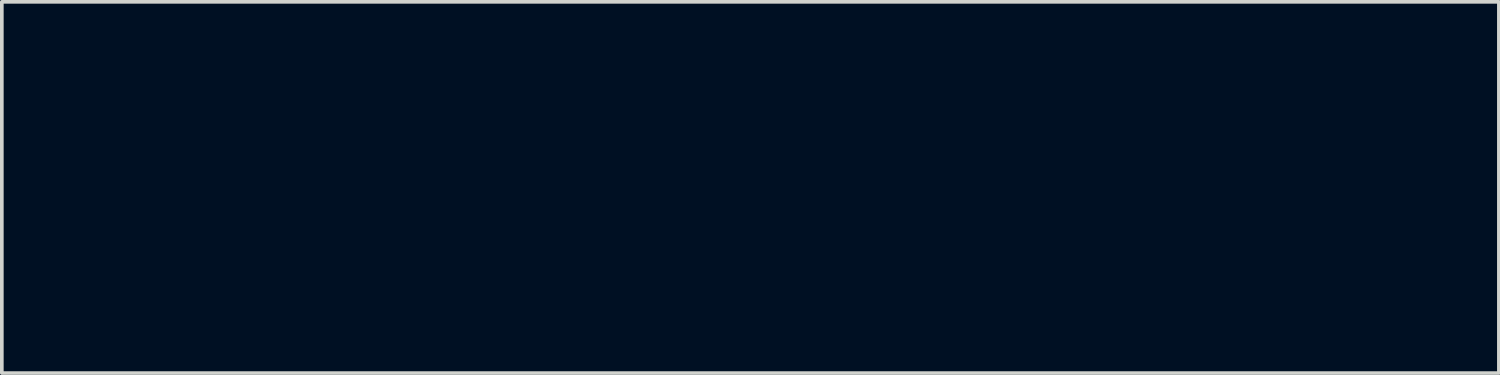
<source format=kicad_pcb>
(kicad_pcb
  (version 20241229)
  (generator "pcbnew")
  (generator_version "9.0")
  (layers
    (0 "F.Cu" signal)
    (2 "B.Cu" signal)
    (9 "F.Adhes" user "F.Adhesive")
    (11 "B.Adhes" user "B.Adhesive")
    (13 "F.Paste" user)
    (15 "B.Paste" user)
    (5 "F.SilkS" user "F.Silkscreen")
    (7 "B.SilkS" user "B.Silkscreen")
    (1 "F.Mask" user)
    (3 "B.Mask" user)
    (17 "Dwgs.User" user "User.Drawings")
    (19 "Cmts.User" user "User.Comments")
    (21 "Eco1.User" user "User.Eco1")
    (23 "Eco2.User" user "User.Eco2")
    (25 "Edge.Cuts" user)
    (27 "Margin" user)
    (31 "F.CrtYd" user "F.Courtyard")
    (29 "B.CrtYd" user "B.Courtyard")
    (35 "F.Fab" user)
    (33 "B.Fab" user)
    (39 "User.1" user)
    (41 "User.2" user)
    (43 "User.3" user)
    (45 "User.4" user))
  (footprint "THETC_LOGO_FOOTPRINT_MASK"
    (layer "F.Cu")
    (at 17.533 2.095)
    (property "Reference" "THETC_LOGO_FOOTPRINT_MASK" (at 0 0 0) (layer "F.Mask") (effects (font (size 1.524 1.524) (thickness 0.3))))
    (attr through_hole)
    (fp_poly (pts (xy 3.422 2.059) (xy 3.262 2.059) (xy 3.262 1.069) (xy 3.422 1.069) (xy 3.422 2.059)) (stroke (width 0.01) (type solid)) (fill yes) (layer "F.Mask"))
    (fp_poly (pts (xy -0.508 -1.069) (xy -0.027 -1.069) (xy -0.027 -1.497) (xy 0.16 -1.497) (xy 0.16 -0.508) (xy -0.027 -0.508) (xy -0.027 -0.909) (xy -0.508 -0.909) (xy -0.508 -0.508) (xy -0.668 -0.508) (xy -0.668 -1.497) (xy -0.508 -1.497) (xy -0.508 -1.069)) (stroke (width 0.01) (type solid)) (fill yes) (layer "F.Mask"))
    (fp_poly (pts (xy 1.417 0.214) (xy 1.898 0.214) (xy 1.898 -0.214) (xy 2.085 -0.214) (xy 2.085 0.775) (xy 1.898 0.775) (xy 1.898 0.374) (xy 1.417 0.374) (xy 1.417 0.775) (xy 1.257 0.775) (xy 1.257 -0.214) (xy 1.417 -0.214) (xy 1.417 0.214)) (stroke (width 0.01) (type solid)) (fill yes) (layer "F.Mask"))
    (fp_poly (pts (xy 5.374 1.23) (xy 4.866 1.23) (xy 4.866 1.497) (xy 5.321 1.497) (xy 5.321 1.658) (xy 4.866 1.658) (xy 4.866 1.898) (xy 5.401 1.898) (xy 5.401 2.059) (xy 4.679 2.059) (xy 4.679 1.069) (xy 5.374 1.069) (xy 5.374 1.23)) (stroke (width 0.01) (type solid)) (fill yes) (layer "F.Mask"))
    (fp_poly (pts (xy 1.23 1.23) (xy 0.695 1.23) (xy 0.695 1.497) (xy 1.176 1.497) (xy 1.176 1.658) (xy 0.695 1.658) (xy 0.695 1.896) (xy 0.969 1.904) (xy 1.243 1.912) (xy 1.26 2.059) (xy 0.535 2.059) (xy 0.535 1.069) (xy 1.23 1.069) (xy 1.23 1.23)) (stroke (width 0.01) (type solid)) (fill yes) (layer "F.Mask"))
    (fp_poly (pts (xy 0.027 -0.053) (xy -0.508 -0.053) (xy -0.508 0.214) (xy -0.027 0.214) (xy -0.027 0.374) (xy -0.508 0.374) (xy -0.508 0.613) (xy -0.234 0.621) (xy 0.04 0.628) (xy 0.049 0.702) (xy 0.057 0.775) (xy -0.668 0.775) (xy -0.668 -0.214) (xy 0.027 -0.214) (xy 0.027 -0.053)) (stroke (width 0.01) (type solid)) (fill yes) (layer "F.Mask"))
    (fp_poly (pts (xy -0.829 -1.417) (xy -0.831 -1.371) (xy -0.847 -1.347) (xy -0.891 -1.338) (xy -0.974 -1.337) (xy -1.123 -1.337) (xy -1.123 -0.508) (xy -1.31 -0.508) (xy -1.31 -1.337) (xy -1.457 -1.337) (xy -1.541 -1.338) (xy -1.585 -1.347) (xy -1.602 -1.371) (xy -1.604 -1.416) (xy -1.604 -1.497) (xy -0.829 -1.497) (xy -0.829 -1.417)) (stroke (width 0.01) (type solid)) (fill yes) (layer "F.Mask"))
    (fp_poly (pts (xy -0.829 -0.134) (xy -0.831 -0.088) (xy -0.847 -0.064) (xy -0.891 -0.055) (xy -0.974 -0.053) (xy -1.123 -0.053) (xy -1.123 0.775) (xy -1.31 0.775) (xy -1.31 -0.053) (xy -1.457 -0.053) (xy -1.541 -0.055) (xy -1.585 -0.064) (xy -1.602 -0.087) (xy -1.604 -0.132) (xy -1.604 -0.214) (xy -0.829 -0.214) (xy -0.829 -0.134)) (stroke (width 0.01) (type solid)) (fill yes) (layer "F.Mask"))
    (fp_poly (pts (xy 3.101 1.15) (xy 3.099 1.196) (xy 3.083 1.219) (xy 3.04 1.228) (xy 2.957 1.23) (xy 2.807 1.23) (xy 2.807 2.059) (xy 2.62 2.059) (xy 2.62 1.23) (xy 2.473 1.23) (xy 2.389 1.229) (xy 2.345 1.22) (xy 2.329 1.196) (xy 2.326 1.151) (xy 2.326 1.069) (xy 3.101 1.069) (xy 3.101 1.15)) (stroke (width 0.01) (type solid)) (fill yes) (layer "F.Mask"))
    (fp_poly (pts (xy 1.123 -1.337) (xy 0.588 -1.337) (xy 0.588 -1.069) (xy 1.073 -1.069) (xy 1.065 -0.996) (xy 1.059 -0.961) (xy 1.044 -0.939) (xy 1.009 -0.926) (xy 0.943 -0.919) (xy 0.837 -0.915) (xy 0.822 -0.915) (xy 0.588 -0.907) (xy 0.588 -0.668) (xy 1.123 -0.668) (xy 1.123 -0.508) (xy 0.4 -0.508) (xy 0.407 -0.996) (xy 0.414 -1.484) (xy 0.769 -1.491) (xy 1.123 -1.499) (xy 1.123 -1.337)) (stroke (width 0.01) (type solid)) (fill yes) (layer "F.Mask"))
    (fp_poly (pts (xy 2.451 -0.211) (xy 2.484 -0.199) (xy 2.522 -0.172) (xy 2.569 -0.123) (xy 2.633 -0.048) (xy 2.72 0.061) (xy 2.784 0.144) (xy 3.061 0.501) (xy 3.076 -0.214) (xy 3.262 -0.214) (xy 3.262 0.775) (xy 3.159 0.775) (xy 3.12 0.774) (xy 3.086 0.765) (xy 3.051 0.743) (xy 3.008 0.702) (xy 2.951 0.636) (xy 2.873 0.538) (xy 2.785 0.424) (xy 2.513 0.073) (xy 2.513 0.775) (xy 2.326 0.775) (xy 2.326 -0.214) (xy 2.416 -0.214) (xy 2.451 -0.211)) (stroke (width 0.01) (type solid)) (fill yes) (layer "F.Mask"))
    (fp_poly (pts (xy -6.732 -1.37) (xy -6.696 -1.348) (xy -6.619 -1.303) (xy -6.506 -1.237) (xy -6.364 -1.154) (xy -6.196 -1.057) (xy -6.009 -0.949) (xy -5.808 -0.833) (xy -5.753 -0.801) (xy -5.552 -0.684) (xy -5.364 -0.575) (xy -5.197 -0.476) (xy -5.055 -0.39) (xy -4.942 -0.321) (xy -4.865 -0.272) (xy -4.827 -0.245) (xy -4.824 -0.242) (xy -4.822 -0.21) (xy -4.82 -0.13) (xy -4.819 -0.008) (xy -4.818 0.15) (xy -4.818 0.339) (xy -4.818 0.553) (xy -4.819 0.785) (xy -4.82 0.903) (xy -4.827 2.018) (xy -5.301 1.746) (xy -5.775 1.474) (xy -5.782 0.884) (xy -5.789 0.295) (xy -6.291 0.005) (xy -6.792 -0.286) (xy -6.792 -1.409) (xy -6.732 -1.37)) (stroke (width 0.01) (type solid)) (fill yes) (layer "F.Mask"))
    (fp_poly (pts (xy 4.54 1.085) (xy 4.535 1.114) (xy 4.52 1.154) (xy 4.488 1.235) (xy 4.443 1.347) (xy 4.39 1.481) (xy 4.338 1.611) (xy 4.158 2.058) (xy 4.056 2.059) (xy 3.978 2.049) (xy 3.94 2.017) (xy 3.938 2.012) (xy 3.922 1.973) (xy 3.89 1.893) (xy 3.845 1.782) (xy 3.791 1.648) (xy 3.74 1.524) (xy 3.56 1.083) (xy 3.627 1.074) (xy 3.692 1.072) (xy 3.728 1.078) (xy 3.75 1.107) (xy 3.786 1.175) (xy 3.833 1.275) (xy 3.886 1.397) (xy 3.904 1.441) (xy 3.956 1.565) (xy 4.002 1.667) (xy 4.037 1.74) (xy 4.058 1.775) (xy 4.061 1.776) (xy 4.076 1.747) (xy 4.107 1.679) (xy 4.149 1.579) (xy 4.2 1.459) (xy 4.215 1.422) (xy 4.354 1.083) (xy 4.453 1.074) (xy 4.517 1.072) (xy 4.54 1.085)) (stroke (width 0.01) (type solid)) (fill yes) (layer "F.Mask"))
    (fp_poly (pts (xy -0.247 1.07) (xy -0.063 1.076) (xy 0.077 1.098) (xy 0.176 1.137) (xy 0.243 1.197) (xy 0.283 1.28) (xy 0.292 1.316) (xy 0.298 1.451) (xy 0.26 1.572) (xy 0.189 1.659) (xy 0.108 1.728) (xy 0.228 1.893) (xy 0.348 2.059) (xy 0.234 2.058) (xy 0.173 2.055) (xy 0.129 2.04) (xy 0.089 2.004) (xy 0.039 1.937) (xy 0.013 1.898) (xy -0.044 1.815) (xy -0.087 1.768) (xy -0.127 1.746) (xy -0.18 1.739) (xy -0.207 1.739) (xy -0.321 1.738) (xy -0.321 2.059) (xy -0.481 2.059) (xy -0.481 1.23) (xy -0.321 1.23) (xy -0.321 1.577) (xy -0.147 1.577) (xy -0.042 1.574) (xy 0.026 1.56) (xy 0.072 1.532) (xy 0.08 1.524) (xy 0.121 1.46) (xy 0.134 1.404) (xy 0.114 1.32) (xy 0.055 1.265) (xy -0.048 1.236) (xy -0.147 1.23) (xy -0.321 1.23) (xy -0.481 1.23) (xy -0.481 1.069) (xy -0.247 1.07)) (stroke (width 0.01) (type solid)) (fill yes) (layer "F.Mask"))
    (fp_poly (pts (xy 0.755 -0.231) (xy 0.873 -0.2) (xy 0.978 -0.149) (xy 1.03 -0.106) (xy 1.062 -0.064) (xy 1.056 -0.032) (xy 1.031 -0.002) (xy 0.998 0.03) (xy 0.968 0.035) (xy 0.92 0.01) (xy 0.9 -0.002) (xy 0.78 -0.047) (xy 0.653 -0.051) (xy 0.532 -0.016) (xy 0.432 0.054) (xy 0.391 0.108) (xy 0.355 0.216) (xy 0.356 0.334) (xy 0.392 0.447) (xy 0.458 0.538) (xy 0.51 0.576) (xy 0.619 0.61) (xy 0.739 0.612) (xy 0.847 0.585) (xy 0.895 0.557) (xy 0.969 0.499) (xy 1.017 0.563) (xy 1.045 0.618) (xy 1.035 0.664) (xy 0.981 0.709) (xy 0.896 0.752) (xy 0.738 0.796) (xy 0.577 0.788) (xy 0.467 0.752) (xy 0.332 0.666) (xy 0.238 0.556) (xy 0.183 0.428) (xy 0.166 0.293) (xy 0.185 0.157) (xy 0.238 0.03) (xy 0.325 -0.082) (xy 0.444 -0.17) (xy 0.594 -0.225) (xy 0.646 -0.234) (xy 0.755 -0.231)) (stroke (width 0.01) (type solid)) (fill yes) (layer "F.Mask"))
    (fp_poly (pts (xy -2.597 -1.354) (xy -2.594 -1.279) (xy -2.59 -1.167) (xy -2.588 -1.027) (xy -2.587 -0.867) (xy -2.587 -0.843) (xy -2.588 -0.648) (xy -2.591 -0.502) (xy -2.597 -0.398) (xy -2.605 -0.331) (xy -2.616 -0.294) (xy -2.622 -0.287) (xy -2.655 -0.265) (xy -2.727 -0.221) (xy -2.83 -0.16) (xy -2.956 -0.086) (xy -3.098 -0.003) (xy -3.123 0.011) (xy -3.59 0.28) (xy -3.603 0.873) (xy -3.617 1.465) (xy -4.093 1.74) (xy -4.269 1.84) (xy -4.408 1.915) (xy -4.508 1.963) (xy -4.566 1.985) (xy -4.581 1.983) (xy -4.583 1.95) (xy -4.585 1.869) (xy -4.587 1.747) (xy -4.588 1.588) (xy -4.588 1.399) (xy -4.588 1.185) (xy -4.587 0.953) (xy -4.586 0.843) (xy -4.579 -0.265) (xy -3.598 -0.832) (xy -3.389 -0.952) (xy -3.195 -1.062) (xy -3.02 -1.161) (xy -2.87 -1.245) (xy -2.748 -1.311) (xy -2.66 -1.358) (xy -2.611 -1.382) (xy -2.602 -1.384) (xy -2.597 -1.354)) (stroke (width 0.01) (type solid)) (fill yes) (layer "F.Mask"))
    (fp_poly (pts (xy -0.945 1.058) (xy -0.807 1.112) (xy -0.72 1.16) (xy -0.678 1.199) (xy -0.677 1.238) (xy -0.711 1.286) (xy -0.743 1.315) (xy -0.774 1.316) (xy -0.826 1.289) (xy -0.838 1.282) (xy -0.941 1.242) (xy -1.05 1.23) (xy -1.176 1.253) (xy -1.278 1.317) (xy -1.349 1.411) (xy -1.385 1.525) (xy -1.377 1.649) (xy -1.353 1.715) (xy -1.28 1.813) (xy -1.177 1.877) (xy -1.058 1.903) (xy -0.938 1.889) (xy -0.848 1.843) (xy -0.769 1.785) (xy -0.714 1.84) (xy -0.678 1.884) (xy -0.681 1.918) (xy -0.697 1.941) (xy -0.768 1.997) (xy -0.87 2.045) (xy -0.982 2.077) (xy -1.056 2.084) (xy -1.152 2.072) (xy -1.252 2.043) (xy -1.271 2.035) (xy -1.404 1.95) (xy -1.498 1.837) (xy -1.553 1.707) (xy -1.57 1.567) (xy -1.549 1.428) (xy -1.492 1.298) (xy -1.399 1.185) (xy -1.27 1.099) (xy -1.206 1.073) (xy -1.073 1.046) (xy -0.945 1.058)) (stroke (width 0.01) (type solid)) (fill yes) (layer "F.Mask"))
    (fp_poly (pts (xy 4.107 -0.219) (xy 4.255 -0.151) (xy 4.323 -0.099) (xy 4.425 0.018) (xy 4.479 0.154) (xy 4.492 0.281) (xy 4.471 0.438) (xy 4.407 0.57) (xy 4.323 0.661) (xy 4.181 0.752) (xy 4.024 0.795) (xy 3.86 0.786) (xy 3.815 0.775) (xy 3.679 0.71) (xy 3.574 0.61) (xy 3.501 0.487) (xy 3.462 0.35) (xy 3.459 0.232) (xy 3.643 0.232) (xy 3.645 0.35) (xy 3.681 0.461) (xy 3.752 0.552) (xy 3.831 0.602) (xy 3.926 0.634) (xy 4.006 0.635) (xy 4.082 0.613) (xy 4.2 0.543) (xy 4.28 0.439) (xy 4.304 0.375) (xy 4.315 0.247) (xy 4.283 0.13) (xy 4.215 0.034) (xy 4.12 -0.035) (xy 4.007 -0.068) (xy 3.885 -0.059) (xy 3.842 -0.044) (xy 3.741 0.023) (xy 3.675 0.12) (xy 3.643 0.232) (xy 3.459 0.232) (xy 3.459 0.208) (xy 3.494 0.072) (xy 3.57 -0.048) (xy 3.64 -0.113) (xy 3.795 -0.2) (xy 3.952 -0.235) (xy 4.107 -0.219)) (stroke (width 0.01) (type solid)) (fill yes) (layer "F.Mask"))
    (fp_poly (pts (xy 1.957 1.083) (xy 1.984 1.114) (xy 2.016 1.177) (xy 2.052 1.262) (xy 2.098 1.368) (xy 2.157 1.504) (xy 2.221 1.65) (xy 2.269 1.758) (xy 2.404 2.059) (xy 2.309 2.059) (xy 2.247 2.053) (xy 2.209 2.027) (xy 2.176 1.966) (xy 2.17 1.952) (xy 2.126 1.845) (xy 1.876 1.845) (xy 1.627 1.845) (xy 1.585 1.952) (xy 1.553 2.02) (xy 1.518 2.051) (xy 1.461 2.059) (xy 1.453 2.059) (xy 1.393 2.054) (xy 1.365 2.041) (xy 1.365 2.039) (xy 1.376 2.009) (xy 1.405 1.939) (xy 1.449 1.835) (xy 1.505 1.706) (xy 1.521 1.67) (xy 1.711 1.67) (xy 1.736 1.678) (xy 1.799 1.683) (xy 1.883 1.684) (xy 2.055 1.684) (xy 1.974 1.504) (xy 1.933 1.415) (xy 1.901 1.347) (xy 1.883 1.314) (xy 1.882 1.313) (xy 1.868 1.33) (xy 1.84 1.382) (xy 1.803 1.455) (xy 1.766 1.535) (xy 1.734 1.607) (xy 1.714 1.657) (xy 1.711 1.67) (xy 1.521 1.67) (xy 1.569 1.56) (xy 1.574 1.551) (xy 1.781 1.083) (xy 1.875 1.075) (xy 1.923 1.073) (xy 1.957 1.083)) (stroke (width 0.01) (type solid)) (fill yes) (layer "F.Mask"))
    (fp_poly (pts (xy 6.033 1.064) (xy 6.145 1.094) (xy 6.17 1.105) (xy 6.233 1.144) (xy 6.253 1.178) (xy 6.234 1.223) (xy 6.221 1.241) (xy 6.198 1.267) (xy 6.17 1.275) (xy 6.121 1.265) (xy 6.047 1.24) (xy 5.963 1.212) (xy 5.909 1.204) (xy 5.865 1.215) (xy 5.835 1.231) (xy 5.774 1.288) (xy 5.762 1.338) (xy 5.767 1.371) (xy 5.79 1.399) (xy 5.839 1.427) (xy 5.925 1.461) (xy 5.987 1.484) (xy 6.133 1.544) (xy 6.23 1.607) (xy 6.285 1.678) (xy 6.303 1.762) (xy 6.299 1.815) (xy 6.258 1.927) (xy 6.178 2.011) (xy 6.067 2.063) (xy 5.934 2.08) (xy 5.787 2.059) (xy 5.735 2.043) (xy 5.656 2.007) (xy 5.593 1.967) (xy 5.582 1.958) (xy 5.553 1.921) (xy 5.557 1.888) (xy 5.582 1.852) (xy 5.628 1.792) (xy 5.76 1.858) (xy 5.844 1.896) (xy 5.917 1.92) (xy 5.948 1.925) (xy 6.02 1.908) (xy 6.084 1.865) (xy 6.12 1.811) (xy 6.123 1.793) (xy 6.113 1.748) (xy 6.078 1.713) (xy 6.009 1.679) (xy 5.896 1.643) (xy 5.895 1.643) (xy 5.766 1.6) (xy 5.679 1.556) (xy 5.624 1.502) (xy 5.59 1.432) (xy 5.585 1.418) (xy 5.574 1.303) (xy 5.614 1.202) (xy 5.704 1.112) (xy 5.792 1.073) (xy 5.909 1.057) (xy 6.033 1.064)) (stroke (width 0.01) (type solid)) (fill yes) (layer "F.Mask"))
    (fp_poly (pts (xy -3.671 -2.077) (xy -3.605 -2.043) (xy -3.511 -1.991) (xy -3.397 -1.927) (xy -3.272 -1.857) (xy -3.145 -1.784) (xy -3.025 -1.715) (xy -2.921 -1.654) (xy -2.841 -1.606) (xy -2.795 -1.576) (xy -2.793 -1.575) (xy -2.784 -1.564) (xy -2.786 -1.549) (xy -2.803 -1.529) (xy -2.839 -1.5) (xy -2.897 -1.46) (xy -2.982 -1.406) (xy -3.097 -1.337) (xy -3.246 -1.249) (xy -3.433 -1.14) (xy -3.662 -1.008) (xy -3.724 -0.971) (xy -3.933 -0.851) (xy -4.126 -0.74) (xy -4.3 -0.64) (xy -4.449 -0.554) (xy -4.57 -0.485) (xy -4.656 -0.436) (xy -4.703 -0.41) (xy -4.711 -0.405) (xy -4.734 -0.418) (xy -4.799 -0.455) (xy -4.901 -0.513) (xy -5.034 -0.59) (xy -5.195 -0.682) (xy -5.378 -0.787) (xy -5.578 -0.903) (xy -5.689 -0.967) (xy -5.897 -1.087) (xy -6.09 -1.199) (xy -6.264 -1.299) (xy -6.413 -1.386) (xy -6.533 -1.456) (xy -6.618 -1.506) (xy -6.665 -1.534) (xy -6.673 -1.539) (xy -6.654 -1.554) (xy -6.597 -1.591) (xy -6.51 -1.645) (xy -6.401 -1.71) (xy -6.279 -1.782) (xy -6.151 -1.856) (xy -6.026 -1.928) (xy -5.913 -1.991) (xy -5.819 -2.043) (xy -5.753 -2.077) (xy -5.723 -2.09) (xy -5.693 -2.077) (xy -5.625 -2.041) (xy -5.525 -1.986) (xy -5.4 -1.916) (xy -5.258 -1.835) (xy -5.213 -1.809) (xy -5.068 -1.725) (xy -4.939 -1.652) (xy -4.832 -1.592) (xy -4.755 -1.55) (xy -4.715 -1.53) (xy -4.711 -1.528) (xy -4.684 -1.541) (xy -4.617 -1.577) (xy -4.519 -1.632) (xy -4.395 -1.702) (xy -4.254 -1.783) (xy -4.208 -1.809) (xy -4.062 -1.893) (xy -3.931 -1.967) (xy -3.824 -2.026) (xy -3.745 -2.068) (xy -3.704 -2.089) (xy -3.7 -2.09) (xy -3.671 -2.077)) (stroke (width 0.01) (type solid)) (fill yes) (layer "F.Mask")))
  (gr_rect
    (start -3 -3)
    (end 38.067 7.184)
    (stroke (width 0.1) (type default))
    (fill no)
    (layer "Edge.Cuts")))
</source>
